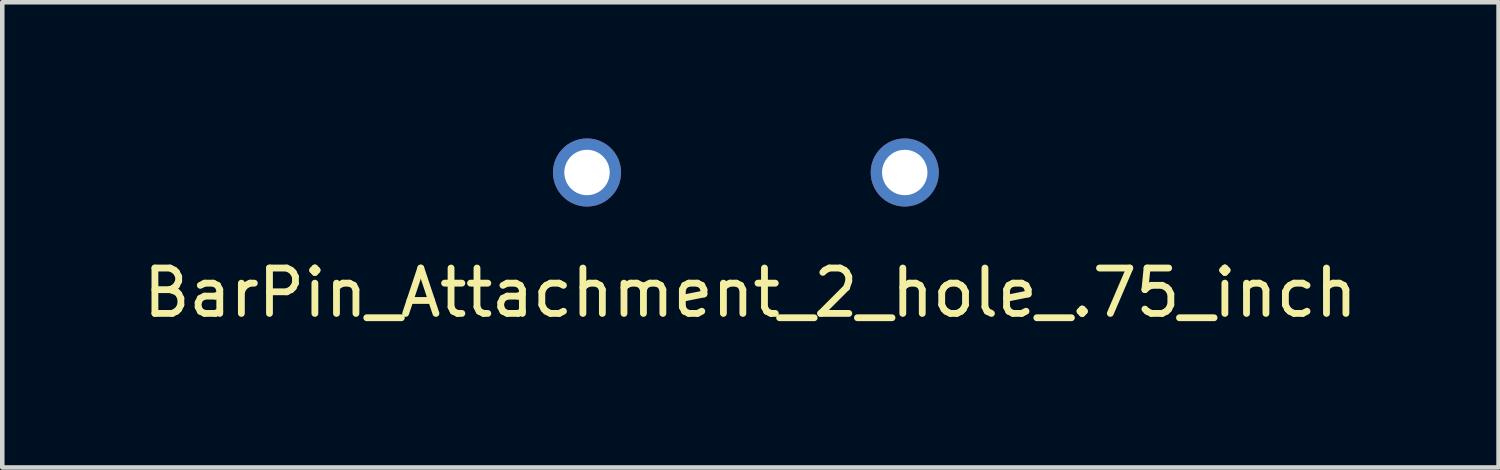
<source format=kicad_pcb>
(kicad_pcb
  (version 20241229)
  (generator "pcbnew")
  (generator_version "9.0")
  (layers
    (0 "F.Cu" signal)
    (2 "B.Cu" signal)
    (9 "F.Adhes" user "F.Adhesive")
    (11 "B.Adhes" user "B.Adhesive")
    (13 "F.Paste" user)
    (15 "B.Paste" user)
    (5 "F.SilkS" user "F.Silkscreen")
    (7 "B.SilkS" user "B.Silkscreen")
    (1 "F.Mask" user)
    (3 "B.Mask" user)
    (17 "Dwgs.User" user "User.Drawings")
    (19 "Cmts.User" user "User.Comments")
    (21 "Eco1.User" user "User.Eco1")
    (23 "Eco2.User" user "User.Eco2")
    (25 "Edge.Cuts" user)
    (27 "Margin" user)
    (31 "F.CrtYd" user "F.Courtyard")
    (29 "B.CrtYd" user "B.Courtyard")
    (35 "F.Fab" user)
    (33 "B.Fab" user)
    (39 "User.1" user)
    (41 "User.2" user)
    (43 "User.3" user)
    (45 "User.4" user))
  (footprint "BarPin_Attachment_2_hole_.75_inch"
    (layer "F.Cu")
    (at 13.382 0.75)
    (property "Reference" "BarPin_Attachment_2_hole_.75_inch" (at 0.1 2.65 0) (layer "F.SilkS") (effects (font (size 1 1) (thickness 0.15))))
    (attr through_hole)
    (pad "1" thru_hole circle (at -3.5 0 90) (size 1.5 1.5) (drill 1) (layers "*.Cu" "*.Mask"))
    (pad "2" thru_hole circle (at 3.5 0 90) (size 1.5 1.5) (drill 1) (layers "*.Cu" "*.Mask")))
  (gr_rect
    (start -3 -3)
    (end 29.964 7.248)
    (stroke (width 0.1) (type default))
    (fill no)
    (layer "Edge.Cuts")))
</source>
